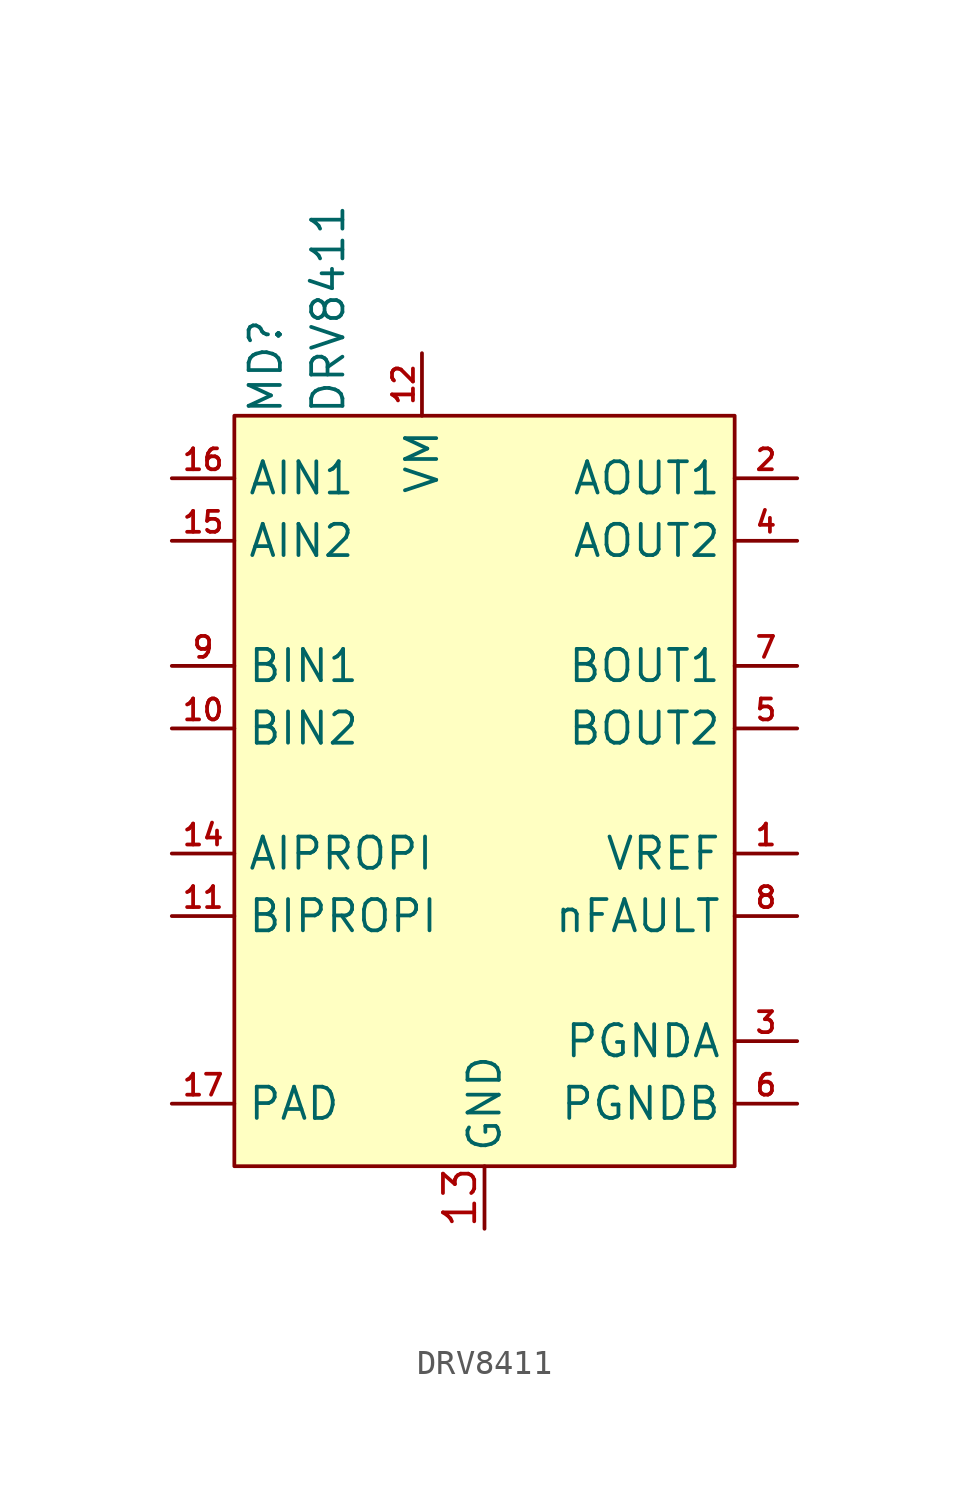
<source format=kicad_sym>
(kicad_symbol_lib
  (version 20220914)
  (generator kicad_symbol_editor)
  (symbol "DRV8411"
    (property "Reference" "MD"
      (at -8.89 12.7 90)
      (effects (font (size 1.27 1.27)) (justify left)))
    (property "Value" "DRV8411"
      (at -6.35 12.7 90)
      (effects (font (size 1.27 1.27)) (justify left)))
    (symbol "DRV8411_1_1"
      (rectangle (start -10.16 12.7) (end 10.16 -17.78) (stroke (width 0) (type default)) (fill (type background)))
      (pin input line (at 12.7 -5.08 180) (length 2.54) (name "VREF" (effects (font (size 1.27 1.27)))) (number "1" (effects (font (size 0.85 0.85)))))
      (pin input line (at -12.7 0 0) (length 2.54) (name "BIN2" (effects (font (size 1.27 1.27)))) (number "10" (effects (font (size 0.85 0.85)))))
      (pin output line (at -12.7 -7.62 0) (length 2.54) (name "BIPROPI" (effects (font (size 1.27 1.27)))) (number "11" (effects (font (size 0.85 0.85)))))
      (pin power_in line (at -2.54 15.24 270) (length 2.54) (name "VM" (effects (font (size 1.27 1.27)))) (number "12" (effects (font (size 0.85 0.85)))))
      (pin power_out line (at 0 -20.32 90) (length 2.54) (name "GND" (effects (font (size 1.27 1.27)))) (number "13" (effects (font (size 1.27 1.27)))))
      (pin output line (at -12.7 -5.08 0) (length 2.54) (name "AIPROPI" (effects (font (size 1.27 1.27)))) (number "14" (effects (font (size 0.85 0.85)))))
      (pin input line (at -12.7 7.62 0) (length 2.54) (name "AIN2" (effects (font (size 1.27 1.27)))) (number "15" (effects (font (size 0.85 0.85)))))
      (pin input line (at -12.7 10.16 0) (length 2.54) (name "AIN1" (effects (font (size 1.27 1.27)))) (number "16" (effects (font (size 0.85 0.85)))))
      (pin power_out line (at -12.7 -15.24 0) (length 2.54) (name "PAD" (effects (font (size 1.27 1.27)))) (number "17" (effects (font (size 0.85 0.85)))))
      (pin output line (at 12.7 10.16 180) (length 2.54) (name "AOUT1" (effects (font (size 1.27 1.27)))) (number "2" (effects (font (size 0.85 0.85)))))
      (pin power_out line (at 12.7 -12.7 180) (length 2.54) (name "PGNDA" (effects (font (size 1.27 1.27)))) (number "3" (effects (font (size 0.85 0.85)))))
      (pin output line (at 12.7 7.62 180) (length 2.54) (name "AOUT2" (effects (font (size 1.27 1.27)))) (number "4" (effects (font (size 0.85 0.85)))))
      (pin output line (at 12.7 0 180) (length 2.54) (name "BOUT2" (effects (font (size 1.27 1.27)))) (number "5" (effects (font (size 0.85 0.85)))))
      (pin power_out line (at 12.7 -15.24 180) (length 2.54) (name "PGNDB" (effects (font (size 1.27 1.27)))) (number "6" (effects (font (size 0.85 0.85)))))
      (pin output line (at 12.7 2.54 180) (length 2.54) (name "BOUT1" (effects (font (size 1.27 1.27)))) (number "7" (effects (font (size 0.85 0.85)))))
      (pin output line (at 12.7 -7.62 180) (length 2.54) (name "nFAULT" (effects (font (size 1.27 1.27)))) (number "8" (effects (font (size 0.85 0.85)))))
      (pin input line (at -12.7 2.54 0) (length 2.54) (name "BIN1" (effects (font (size 1.27 1.27)))) (number "9" (effects (font (size 0.85 0.85))))))))
</source>
